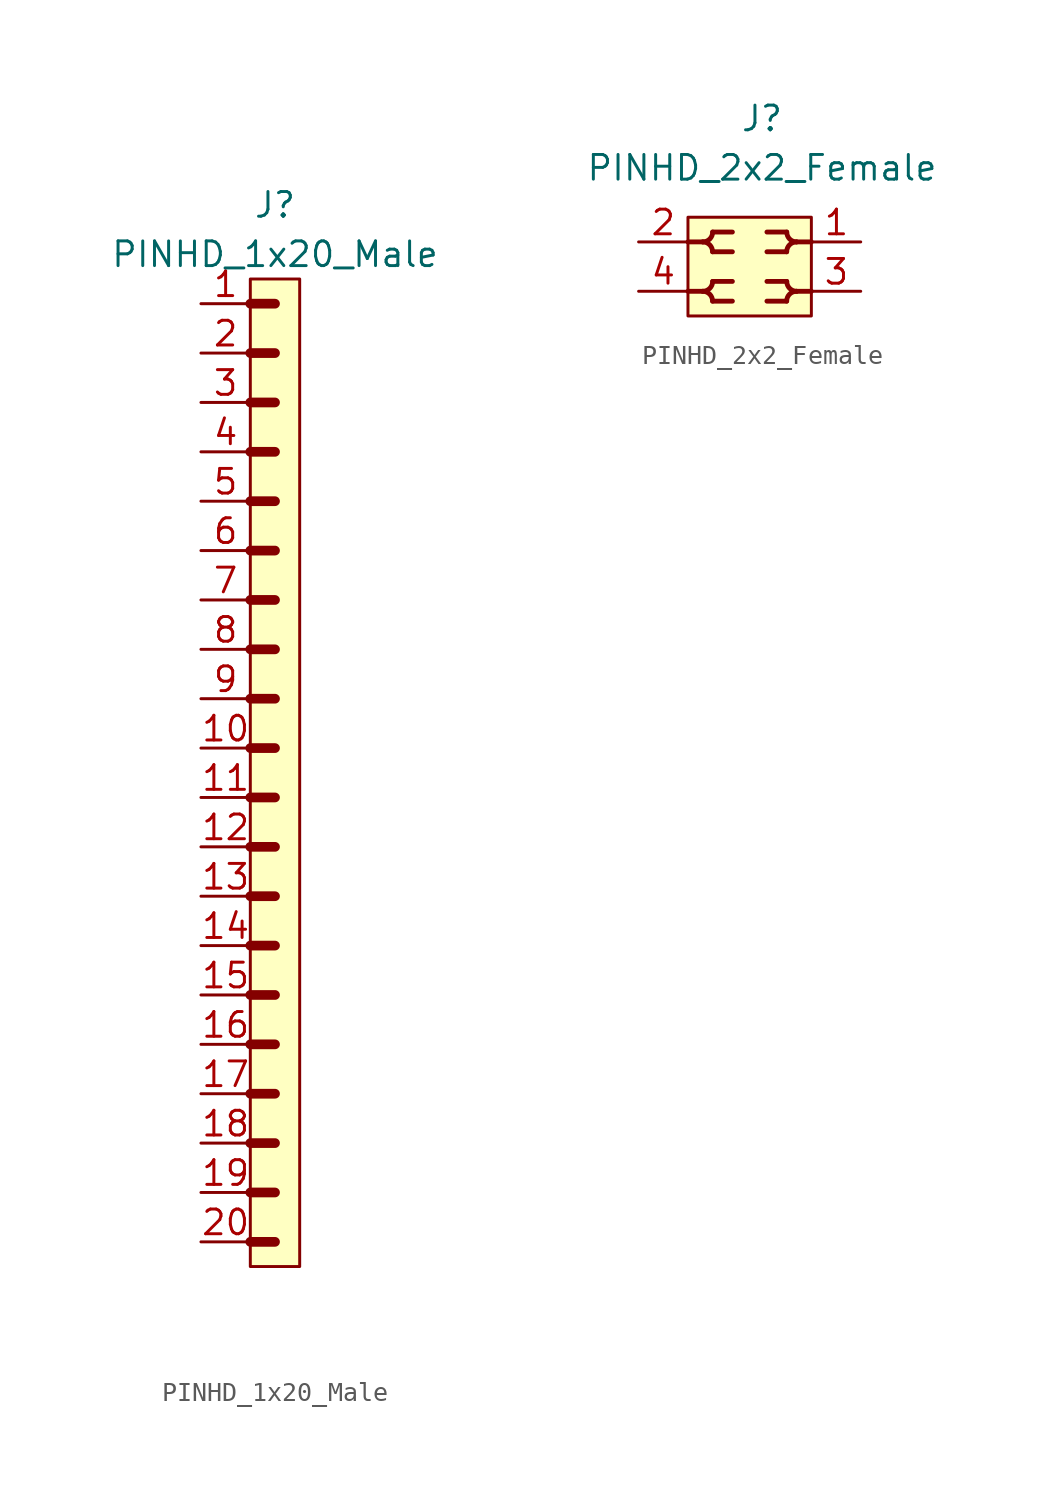
<source format=kicad_sym>
(kicad_symbol_lib
  (version 20211014)
  (generator kicad_symbol_editor)
  (symbol "PINHD_1x20_Male"
    (property "Reference" "J"
      (at 0 29.21 0)
      (effects (font (size 1.27 1.27))))
    (property "Value" "PINHD_1x20_Male"
      (at 0 26.67 0)
      (effects (font (size 1.27 1.27))))
    (symbol "PINHD_1x20_Male_0_1"
      (rectangle (start -1.27 25.4) (end 1.27 -25.4) (stroke (width 0) (type default) (color 0 0 0 0)) (fill (type background)))
      (polyline (pts (xy -1.27 -24.13) (xy 0 -24.13)) (stroke (width 0.5) (type default) (color 0 0 0 0)) (fill (type none)))
      (polyline (pts (xy -1.27 -21.59) (xy 0 -21.59)) (stroke (width 0.5) (type default) (color 0 0 0 0)) (fill (type none)))
      (polyline (pts (xy -1.27 -19.05) (xy 0 -19.05)) (stroke (width 0.5) (type default) (color 0 0 0 0)) (fill (type none)))
      (polyline (pts (xy -1.27 -16.51) (xy 0 -16.51)) (stroke (width 0.5) (type default) (color 0 0 0 0)) (fill (type none)))
      (polyline (pts (xy -1.27 -13.97) (xy 0 -13.97)) (stroke (width 0.5) (type default) (color 0 0 0 0)) (fill (type none)))
      (polyline (pts (xy -1.27 -11.43) (xy 0 -11.43)) (stroke (width 0.5) (type default) (color 0 0 0 0)) (fill (type none)))
      (polyline (pts (xy -1.27 -8.89) (xy 0 -8.89)) (stroke (width 0.5) (type default) (color 0 0 0 0)) (fill (type none)))
      (polyline (pts (xy -1.27 -6.35) (xy 0 -6.35)) (stroke (width 0.5) (type default) (color 0 0 0 0)) (fill (type none)))
      (polyline (pts (xy -1.27 -3.81) (xy 0 -3.81)) (stroke (width 0.5) (type default) (color 0 0 0 0)) (fill (type none)))
      (polyline (pts (xy -1.27 -1.27) (xy 0 -1.27)) (stroke (width 0.5) (type default) (color 0 0 0 0)) (fill (type none)))
      (polyline (pts (xy -1.27 1.27) (xy 0 1.27)) (stroke (width 0.3) (type default) (color 0 0 0 0)) (fill (type none)))
      (polyline (pts (xy -1.27 1.27) (xy 0 1.27)) (stroke (width 0.5) (type default) (color 0 0 0 0)) (fill (type none)))
      (polyline (pts (xy -1.27 3.81) (xy 0 3.81)) (stroke (width 0.3) (type default) (color 0 0 0 0)) (fill (type none)))
      (polyline (pts (xy -1.27 3.81) (xy 0 3.81)) (stroke (width 0.5) (type default) (color 0 0 0 0)) (fill (type none)))
      (polyline (pts (xy -1.27 6.35) (xy 0 6.35)) (stroke (width 0.3) (type default) (color 0 0 0 0)) (fill (type none)))
      (polyline (pts (xy -1.27 6.35) (xy 0 6.35)) (stroke (width 0.5) (type default) (color 0 0 0 0)) (fill (type none)))
      (polyline (pts (xy -1.27 8.89) (xy 0 8.89)) (stroke (width 0.3) (type default) (color 0 0 0 0)) (fill (type none)))
      (polyline (pts (xy -1.27 8.89) (xy 0 8.89)) (stroke (width 0.5) (type default) (color 0 0 0 0)) (fill (type none)))
      (polyline (pts (xy -1.27 11.43) (xy 0 11.43)) (stroke (width 0.3) (type default) (color 0 0 0 0)) (fill (type none)))
      (polyline (pts (xy -1.27 11.43) (xy 0 11.43)) (stroke (width 0.5) (type default) (color 0 0 0 0)) (fill (type none)))
      (polyline (pts (xy -1.27 13.97) (xy 0 13.97)) (stroke (width 0.3) (type default) (color 0 0 0 0)) (fill (type none)))
      (polyline (pts (xy -1.27 13.97) (xy 0 13.97)) (stroke (width 0.5) (type default) (color 0 0 0 0)) (fill (type none)))
      (polyline (pts (xy -1.27 16.51) (xy 0 16.51)) (stroke (width 0.3) (type default) (color 0 0 0 0)) (fill (type none)))
      (polyline (pts (xy -1.27 16.51) (xy 0 16.51)) (stroke (width 0.5) (type default) (color 0 0 0 0)) (fill (type none)))
      (polyline (pts (xy -1.27 19.05) (xy 0 19.05)) (stroke (width 0.3) (type default) (color 0 0 0 0)) (fill (type none)))
      (polyline (pts (xy -1.27 19.05) (xy 0 19.05)) (stroke (width 0.5) (type default) (color 0 0 0 0)) (fill (type none)))
      (polyline (pts (xy -1.27 21.59) (xy 0 21.59)) (stroke (width 0.3) (type default) (color 0 0 0 0)) (fill (type none)))
      (polyline (pts (xy -1.27 21.59) (xy 0 21.59)) (stroke (width 0.5) (type default) (color 0 0 0 0)) (fill (type none)))
      (polyline (pts (xy -1.27 24.13) (xy 0 24.13)) (stroke (width 0.5) (type default) (color 0 0 0 0)) (fill (type none))))
    (symbol "PINHD_1x20_Male_1_1"
      (pin passive line (at -3.81 24.13 0) (length 2.54) (name "" (effects (font (size 1.27 1.27)))) (number "1" (effects (font (size 1.27 1.27)))))
      (pin passive line (at -3.81 1.27 0) (length 2.54) (name "" (effects (font (size 1.27 1.27)))) (number "10" (effects (font (size 1.27 1.27)))))
      (pin passive line (at -3.81 -1.27 0) (length 2.54) (name "" (effects (font (size 1.27 1.27)))) (number "11" (effects (font (size 1.27 1.27)))))
      (pin passive line (at -3.81 -3.81 0) (length 2.54) (name "" (effects (font (size 1.27 1.27)))) (number "12" (effects (font (size 1.27 1.27)))))
      (pin passive line (at -3.81 -6.35 0) (length 2.54) (name "" (effects (font (size 1.27 1.27)))) (number "13" (effects (font (size 1.27 1.27)))))
      (pin passive line (at -3.81 -8.89 0) (length 2.54) (name "" (effects (font (size 1.27 1.27)))) (number "14" (effects (font (size 1.27 1.27)))))
      (pin passive line (at -3.81 -11.43 0) (length 2.54) (name "" (effects (font (size 1.27 1.27)))) (number "15" (effects (font (size 1.27 1.27)))))
      (pin passive line (at -3.81 -13.97 0) (length 2.54) (name "" (effects (font (size 1.27 1.27)))) (number "16" (effects (font (size 1.27 1.27)))))
      (pin passive line (at -3.81 -16.51 0) (length 2.54) (name "" (effects (font (size 1.27 1.27)))) (number "17" (effects (font (size 1.27 1.27)))))
      (pin passive line (at -3.81 -19.05 0) (length 2.54) (name "" (effects (font (size 1.27 1.27)))) (number "18" (effects (font (size 1.27 1.27)))))
      (pin passive line (at -3.81 -21.59 0) (length 2.54) (name "" (effects (font (size 1.27 1.27)))) (number "19" (effects (font (size 1.27 1.27)))))
      (pin passive line (at -3.81 21.59 0) (length 2.54) (name "" (effects (font (size 1.27 1.27)))) (number "2" (effects (font (size 1.27 1.27)))))
      (pin passive line (at -3.81 -24.13 0) (length 2.54) (name "" (effects (font (size 1.27 1.27)))) (number "20" (effects (font (size 1.27 1.27)))))
      (pin passive line (at -3.81 19.05 0) (length 2.54) (name "" (effects (font (size 1.27 1.27)))) (number "3" (effects (font (size 1.27 1.27)))))
      (pin passive line (at -3.81 16.51 0) (length 2.54) (name "" (effects (font (size 1.27 1.27)))) (number "4" (effects (font (size 1.27 1.27)))))
      (pin passive line (at -3.81 13.97 0) (length 2.54) (name "" (effects (font (size 1.27 1.27)))) (number "5" (effects (font (size 1.27 1.27)))))
      (pin passive line (at -3.81 11.43 0) (length 2.54) (name "" (effects (font (size 1.27 1.27)))) (number "6" (effects (font (size 1.27 1.27)))))
      (pin passive line (at -3.81 8.89 0) (length 2.54) (name "" (effects (font (size 1.27 1.27)))) (number "7" (effects (font (size 1.27 1.27)))))
      (pin passive line (at -3.81 6.35 0) (length 2.54) (name "" (effects (font (size 1.27 1.27)))) (number "8" (effects (font (size 1.27 1.27)))))
      (pin passive line (at -3.81 3.81 0) (length 2.54) (name "" (effects (font (size 1.27 1.27)))) (number "9" (effects (font (size 1.27 1.27)))))))
  (symbol "PINHD_2x2_Female"
    (property "Reference" "J"
      (at 0 7.62 0)
      (effects (font (size 1.27 1.27))))
    (property "Value" "PINHD_2x2_Female"
      (at 0 5.08 0)
      (effects (font (size 1.27 1.27))))
    (symbol "PINHD_2x2_Female_0_1"
      (rectangle (start -3.81 2.54) (end 2.54 -2.54) (stroke (width 0) (type default) (color 0 0 0 0)) (fill (type background)))
      (arc (start -3.048 -1.27) (mid -2.1808 -1.6292) (end -2.54 -0.762) (stroke (width 0.25) (type default) (color 0 0 0 0)) (fill (type none)))
      (arc (start -3.048 1.27) (mid -2.1808 0.9108) (end -2.54 1.778) (stroke (width 0.25) (type default) (color 0 0 0 0)) (fill (type none)))
      (arc (start -2.54 -1.778) (mid -2.1808 -0.9108) (end -3.048 -1.27) (stroke (width 0.25) (type default) (color 0 0 0 0)) (fill (type none)))
      (arc (start -2.54 0.762) (mid -2.1808 1.6292) (end -3.048 1.27) (stroke (width 0.25) (type default) (color 0 0 0 0)) (fill (type none)))
      (polyline (pts (xy -3.81 -1.27) (xy -3.048 -1.27)) (stroke (width 0.25) (type default) (color 0 0 0 0)) (fill (type none)))
      (polyline (pts (xy -3.81 1.27) (xy -3.048 1.27)) (stroke (width 0.25) (type default) (color 0 0 0 0)) (fill (type none)))
      (polyline (pts (xy -2.54 -1.778) (xy -1.524 -1.778)) (stroke (width 0.25) (type default) (color 0 0 0 0)) (fill (type none)))
      (polyline (pts (xy -2.54 -0.762) (xy -1.524 -0.762)) (stroke (width 0.25) (type default) (color 0 0 0 0)) (fill (type none)))
      (polyline (pts (xy -2.54 0.762) (xy -1.524 0.762)) (stroke (width 0.25) (type default) (color 0 0 0 0)) (fill (type none)))
      (polyline (pts (xy -2.54 1.778) (xy -1.524 1.778)) (stroke (width 0.25) (type default) (color 0 0 0 0)) (fill (type none)))
      (polyline (pts (xy 1.27 -1.778) (xy 0.254 -1.778)) (stroke (width 0.25) (type default) (color 0 0 0 0)) (fill (type none)))
      (polyline (pts (xy 1.27 -0.762) (xy 0.254 -0.762)) (stroke (width 0.25) (type default) (color 0 0 0 0)) (fill (type none)))
      (polyline (pts (xy 1.27 0.762) (xy 0.254 0.762)) (stroke (width 0.25) (type default) (color 0 0 0 0)) (fill (type none)))
      (polyline (pts (xy 1.27 1.778) (xy 0.254 1.778)) (stroke (width 0.25) (type default) (color 0 0 0 0)) (fill (type none)))
      (polyline (pts (xy 2.54 -1.27) (xy 1.778 -1.27)) (stroke (width 0.25) (type default) (color 0 0 0 0)) (fill (type none)))
      (polyline (pts (xy 2.54 1.27) (xy 1.778 1.27)) (stroke (width 0.25) (type default) (color 0 0 0 0)) (fill (type none)))
      (arc (start 1.27 -0.762) (mid 0.9108 -1.6292) (end 1.778 -1.27) (stroke (width 0.25) (type default) (color 0 0 0 0)) (fill (type none)))
      (arc (start 1.27 1.778) (mid 0.9108 0.9108) (end 1.778 1.27) (stroke (width 0.25) (type default) (color 0 0 0 0)) (fill (type none)))
      (arc (start 1.778 -1.27) (mid 0.9108 -0.9108) (end 1.27 -1.778) (stroke (width 0.25) (type default) (color 0 0 0 0)) (fill (type none)))
      (arc (start 1.778 1.27) (mid 0.9108 1.6292) (end 1.27 0.762) (stroke (width 0.25) (type default) (color 0 0 0 0)) (fill (type none))))
    (symbol "PINHD_2x2_Female_1_1"
      (pin passive line (at 5.08 1.27 180) (length 2.5) (name "" (effects (font (size 0 0)))) (number "1" (effects (font (size 1.27 1.27)))))
      (pin passive line (at -6.35 1.27 0) (length 2.54) (name "" (effects (font (size 1.27 1.27)))) (number "2" (effects (font (size 1.27 1.27)))))
      (pin passive line (at 5.08 -1.27 180) (length 2.5) (name "" (effects (font (size 0 0)))) (number "3" (effects (font (size 1.27 1.27)))))
      (pin passive line (at -6.35 -1.27 0) (length 2.54) (name "" (effects (font (size 1.27 1.27)))) (number "4" (effects (font (size 1.27 1.27))))))))
</source>
